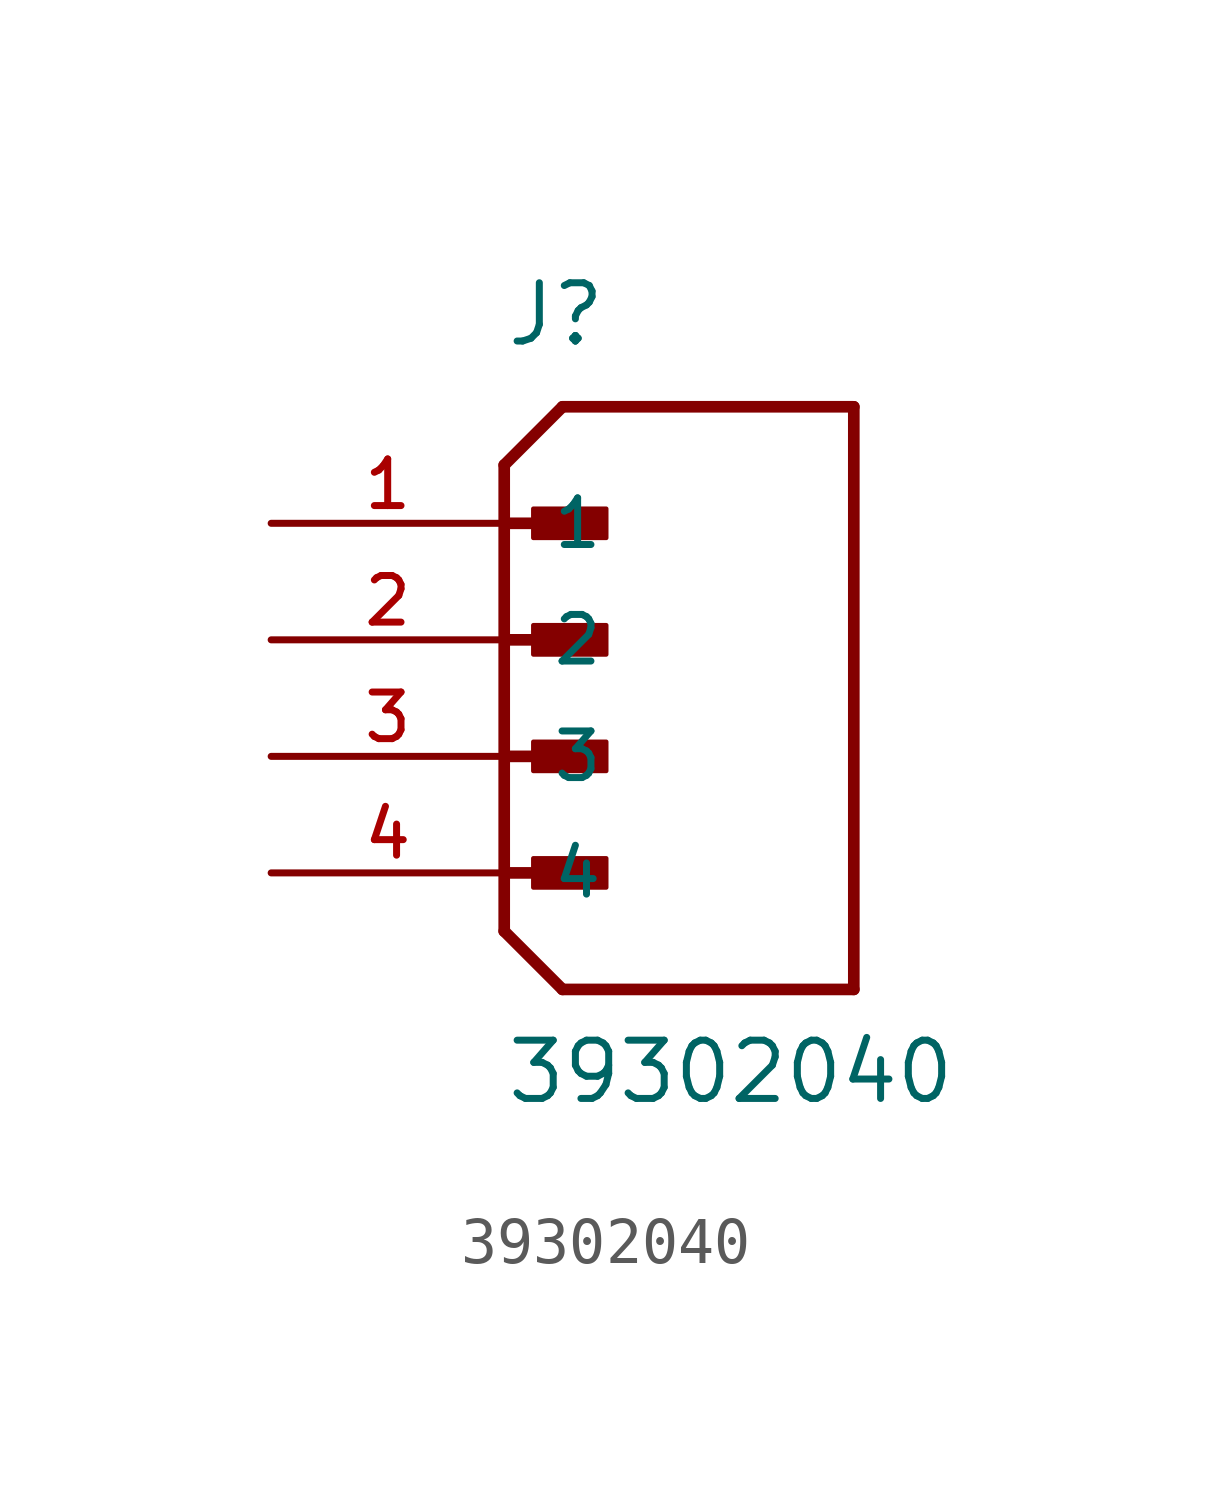
<source format=kicad_sym>
(kicad_symbol_lib
  (version 20211014)
  (generator kicad_symbol_editor)
  (symbol "39302040"
    (pin_names
      (offset 1.016))
    (property "Reference" "J"
      (at 0.0 6.35 0)
      (effects (font (size 1.27 1.27)) (justify bottom left)))
    (property "Value" "39302040"
      (at 0.0 -10.16 0)
      (effects (font (size 1.27 1.27)) (justify bottom left)))
    (symbol "39302040_0_0"
      (polyline (pts (xy 0.0 3.81) (xy 1.27 5.08)) (stroke (width 0.254)))
      (polyline (pts (xy 0.0 3.81) (xy 0.0 2.54)) (stroke (width 0.254)))
      (polyline (pts (xy 0.0 2.54) (xy 0.0 -6.35)) (stroke (width 0.254)))
      (polyline (pts (xy 0.0 -6.35) (xy 1.27 -7.62)) (stroke (width 0.254)))
      (polyline (pts (xy 1.27 -7.62) (xy 7.62 -7.62)) (stroke (width 0.254)))
      (polyline (pts (xy 7.62 -7.62) (xy 7.62 5.08)) (stroke (width 0.254)))
      (polyline (pts (xy 7.62 5.08) (xy 1.27 5.08)) (stroke (width 0.254)))
      (polyline (pts (xy 0.0 2.54) (xy 1.905 2.54)) (stroke (width 0.254)))
      (rectangle (start 0.635 2.223) (end 2.223 2.857) (stroke (width 0.1)) (fill (type outline)))
      (polyline (pts (xy 0.0 0.0) (xy 1.905 0.0)) (stroke (width 0.254)))
      (rectangle (start 0.635 -0.318) (end 2.223 0.318) (stroke (width 0.1)) (fill (type outline)))
      (polyline (pts (xy 0.0 -2.54) (xy 1.905 -2.54)) (stroke (width 0.254)))
      (rectangle (start 0.635 -2.857) (end 2.223 -2.223) (stroke (width 0.1)) (fill (type outline)))
      (polyline (pts (xy 0.0 -5.08) (xy 1.905 -5.08)) (stroke (width 0.254)))
      (rectangle (start 0.635 -5.397) (end 2.223 -4.763) (stroke (width 0.1)) (fill (type outline)))
      (pin passive line (at -5.08 2.54 0) (length 5.08) (name "1" (effects (font (size 1.016 1.016)))) (number "1" (effects (font (size 1.016 1.016)))))
      (pin passive line (at -5.08 0.0 0) (length 5.08) (name "2" (effects (font (size 1.016 1.016)))) (number "2" (effects (font (size 1.016 1.016)))))
      (pin passive line (at -5.08 -2.54 0) (length 5.08) (name "3" (effects (font (size 1.016 1.016)))) (number "3" (effects (font (size 1.016 1.016)))))
      (pin passive line (at -5.08 -5.08 0) (length 5.08) (name "4" (effects (font (size 1.016 1.016)))) (number "4" (effects (font (size 1.016 1.016))))))))
</source>
